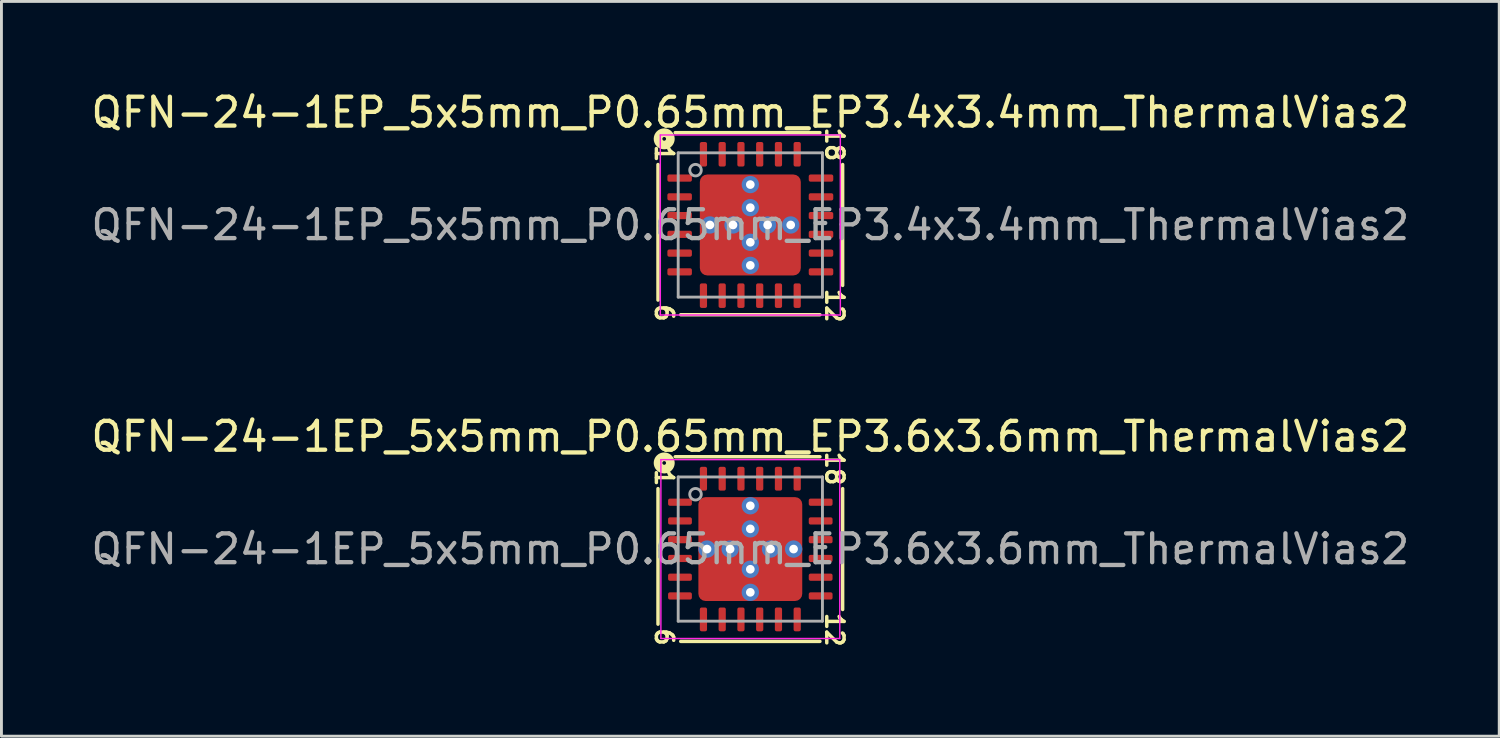
<source format=kicad_pcb>
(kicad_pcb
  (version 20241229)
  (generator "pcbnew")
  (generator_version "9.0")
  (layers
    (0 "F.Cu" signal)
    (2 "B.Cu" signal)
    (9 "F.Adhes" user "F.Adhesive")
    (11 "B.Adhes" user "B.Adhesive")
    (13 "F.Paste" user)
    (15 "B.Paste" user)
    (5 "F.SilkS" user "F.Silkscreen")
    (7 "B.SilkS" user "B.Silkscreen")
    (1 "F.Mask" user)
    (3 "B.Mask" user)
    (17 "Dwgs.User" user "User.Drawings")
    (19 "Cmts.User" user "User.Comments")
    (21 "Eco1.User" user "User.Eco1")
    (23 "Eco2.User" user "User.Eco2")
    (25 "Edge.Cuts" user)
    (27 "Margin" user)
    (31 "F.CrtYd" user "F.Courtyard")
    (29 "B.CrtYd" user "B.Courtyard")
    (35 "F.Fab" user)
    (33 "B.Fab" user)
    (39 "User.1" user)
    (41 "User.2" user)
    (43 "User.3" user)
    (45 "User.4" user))
  (footprint "QFN-24-1EP_5x5mm_P0.65mm_EP3.6x3.6mm_ThermalVias2"
    (layer "F.Cu")
    (at 22.958 15.982)
    (property "Reference" "QFN-24-1EP_5x5mm_P0.65mm_EP3.6x3.6mm_ThermalVias2" (at 0 -3.9 0) (layer "F.SilkS") (effects (font (size 1 1) (thickness 0.15))))
    (attr smd)
    (fp_line (start -3.2 -2.095) (end -3.2 2.603) (stroke (width 0.12) (type solid)) (layer "F.SilkS"))
    (fp_line (start -2.413 3.2) (end 2.413 3.2) (stroke (width 0.12) (type solid)) (layer "F.SilkS"))
    (fp_line (start 2.413 -3.2) (end -2.603 -3.2) (stroke (width 0.12) (type solid)) (layer "F.SilkS"))
    (fp_line (start 3.2 2.095) (end 3.2 -2.095) (stroke (width 0.12) (type solid)) (layer "F.SilkS"))
    (fp_circle (center -2.985 -2.985) (end -2.921 -2.985) (stroke (width 0.3) (type solid)) (fill no) (layer "F.SilkS"))
    (fp_line (start -3.1 -3.1) (end -3.1 3.1) (stroke (width 0.05) (type solid)) (layer "F.CrtYd"))
    (fp_line (start -3.1 3.1) (end 3.1 3.1) (stroke (width 0.05) (type solid)) (layer "F.CrtYd"))
    (fp_line (start 3.1 -3.1) (end -3.1 -3.1) (stroke (width 0.05) (type solid)) (layer "F.CrtYd"))
    (fp_line (start 3.1 3.1) (end 3.1 -3.1) (stroke (width 0.05) (type solid)) (layer "F.CrtYd"))
    (fp_line (start -2.5 -2.5) (end 2.5 -2.5) (stroke (width 0.1) (type solid)) (layer "F.Fab"))
    (fp_line (start -2.5 2.5) (end -2.5 -2.5) (stroke (width 0.1) (type solid)) (layer "F.Fab"))
    (fp_line (start 2.5 -2.5) (end 2.5 2.5) (stroke (width 0.1) (type solid)) (layer "F.Fab"))
    (fp_line (start 2.5 2.5) (end -2.5 2.5) (stroke (width 0.1) (type solid)) (layer "F.Fab"))
    (fp_circle (center -1.9 -1.9) (end -1.7 -1.9) (stroke (width 0.1) (type solid)) (fill no) (layer "F.Fab"))
    (fp_text user "12" (at 2.921 2.794 270) (unlocked yes) (layer "F.SilkS") (effects (font (size 0.6 0.6) (thickness 0.12))))
    (fp_text user "6" (at -2.985 3.048 270) (unlocked yes) (layer "F.SilkS") (effects (font (size 0.6 0.6) (thickness 0.12))))
    (fp_text user "1" (at -2.985 -2.477 270) (unlocked yes) (layer "F.SilkS") (effects (font (size 0.6 0.6) (thickness 0.12))))
    (fp_text user "18" (at 2.921 -2.794 270) (unlocked yes) (layer "F.SilkS") (effects (font (size 0.6 0.6) (thickness 0.12))))
    (fp_text user "${REFERENCE}" (at 0 0 0) (layer "F.Fab") (effects (font (size 1 1) (thickness 0.15))))
    (pad "" smd roundrect (at -1.35 -1.35) (size 0.5 0.5) (layers "F.Paste") (roundrect_rratio 0.25))
    (pad "" smd roundrect (at -1.35 -0.65) (size 0.5 0.5) (layers "F.Paste") (roundrect_rratio 0.25))
    (pad "" smd roundrect (at -1.35 0.65) (size 0.5 0.5) (layers "F.Paste") (roundrect_rratio 0.25))
    (pad "" smd roundrect (at -1.35 1.35) (size 0.5 0.5) (layers "F.Paste") (roundrect_rratio 0.25))
    (pad "" smd roundrect (at -1 -1) (size 1.4 1.4) (layers "F.Mask") (roundrect_rratio 0.179))
    (pad "" smd roundrect (at -1 1) (size 1.4 1.4) (layers "F.Mask") (roundrect_rratio 0.179))
    (pad "" smd roundrect (at -0.65 -1.35) (size 0.5 0.5) (layers "F.Paste") (roundrect_rratio 0.25))
    (pad "" smd roundrect (at -0.65 -0.65) (size 0.5 0.5) (layers "F.Paste") (roundrect_rratio 0.25))
    (pad "" smd roundrect (at -0.65 0.65) (size 0.5 0.5) (layers "F.Paste") (roundrect_rratio 0.25))
    (pad "" smd roundrect (at -0.65 1.35) (size 0.5 0.5) (layers "F.Paste") (roundrect_rratio 0.25))
    (pad "" smd roundrect (at 0.65 -1.35) (size 0.5 0.5) (layers "F.Paste") (roundrect_rratio 0.25))
    (pad "" smd roundrect (at 0.65 -0.65) (size 0.5 0.5) (layers "F.Paste") (roundrect_rratio 0.25))
    (pad "" smd roundrect (at 0.65 0.65) (size 0.5 0.5) (layers "F.Paste") (roundrect_rratio 0.25))
    (pad "" smd roundrect (at 0.65 1.35) (size 0.5 0.5) (layers "F.Paste") (roundrect_rratio 0.25))
    (pad "" smd roundrect (at 1 -1) (size 1.4 1.4) (layers "F.Mask") (roundrect_rratio 0.179))
    (pad "" smd roundrect (at 1 1) (size 1.4 1.4) (layers "F.Mask") (roundrect_rratio 0.179))
    (pad "" smd roundrect (at 1.35 -1.35) (size 0.5 0.5) (layers "F.Paste") (roundrect_rratio 0.25))
    (pad "" smd roundrect (at 1.35 -0.65) (size 0.5 0.5) (layers "F.Paste") (roundrect_rratio 0.25))
    (pad "" smd roundrect (at 1.35 0.65) (size 0.5 0.5) (layers "F.Paste") (roundrect_rratio 0.25))
    (pad "" smd roundrect (at 1.35 1.35) (size 0.5 0.5) (layers "F.Paste") (roundrect_rratio 0.25))
    (pad "1" smd roundrect (at -2.438 -1.625) (size 0.825 0.25) (layers "F.Cu" "F.Mask" "F.Paste") (roundrect_rratio 0.25))
    (pad "2" smd roundrect (at -2.438 -0.975) (size 0.825 0.25) (layers "F.Cu" "F.Mask" "F.Paste") (roundrect_rratio 0.25))
    (pad "3" smd roundrect (at -2.438 -0.325) (size 0.825 0.25) (layers "F.Cu" "F.Mask" "F.Paste") (roundrect_rratio 0.25))
    (pad "4" smd roundrect (at -2.438 0.325) (size 0.825 0.25) (layers "F.Cu" "F.Mask" "F.Paste") (roundrect_rratio 0.25))
    (pad "5" smd roundrect (at -2.438 0.975) (size 0.825 0.25) (layers "F.Cu" "F.Mask" "F.Paste") (roundrect_rratio 0.25))
    (pad "6" smd roundrect (at -2.438 1.625) (size 0.825 0.25) (layers "F.Cu" "F.Mask" "F.Paste") (roundrect_rratio 0.25))
    (pad "7" smd roundrect (at -1.625 2.438) (size 0.25 0.825) (layers "F.Cu" "F.Mask" "F.Paste") (roundrect_rratio 0.25))
    (pad "8" smd roundrect (at -0.975 2.438) (size 0.25 0.825) (layers "F.Cu" "F.Mask" "F.Paste") (roundrect_rratio 0.25))
    (pad "9" smd roundrect (at -0.325 2.438) (size 0.25 0.825) (layers "F.Cu" "F.Mask" "F.Paste") (roundrect_rratio 0.25))
    (pad "10" smd roundrect (at 0.325 2.438) (size 0.25 0.825) (layers "F.Cu" "F.Mask" "F.Paste") (roundrect_rratio 0.25))
    (pad "11" smd roundrect (at 0.975 2.438) (size 0.25 0.825) (layers "F.Cu" "F.Mask" "F.Paste") (roundrect_rratio 0.25))
    (pad "12" smd roundrect (at 1.625 2.438) (size 0.25 0.825) (layers "F.Cu" "F.Mask" "F.Paste") (roundrect_rratio 0.25))
    (pad "13" smd roundrect (at 2.438 1.625) (size 0.825 0.25) (layers "F.Cu" "F.Mask" "F.Paste") (roundrect_rratio 0.25))
    (pad "14" smd roundrect (at 2.438 0.975) (size 0.825 0.25) (layers "F.Cu" "F.Mask" "F.Paste") (roundrect_rratio 0.25))
    (pad "15" smd roundrect (at 2.438 0.325) (size 0.825 0.25) (layers "F.Cu" "F.Mask" "F.Paste") (roundrect_rratio 0.25))
    (pad "16" smd roundrect (at 2.438 -0.325) (size 0.825 0.25) (layers "F.Cu" "F.Mask" "F.Paste") (roundrect_rratio 0.25))
    (pad "17" smd roundrect (at 2.438 -0.975) (size 0.825 0.25) (layers "F.Cu" "F.Mask" "F.Paste") (roundrect_rratio 0.25))
    (pad "18" smd roundrect (at 2.438 -1.625) (size 0.825 0.25) (layers "F.Cu" "F.Mask" "F.Paste") (roundrect_rratio 0.25))
    (pad "19" smd roundrect (at 1.625 -2.438) (size 0.25 0.825) (layers "F.Cu" "F.Mask" "F.Paste") (roundrect_rratio 0.25))
    (pad "20" smd roundrect (at 0.975 -2.438) (size 0.25 0.825) (layers "F.Cu" "F.Mask" "F.Paste") (roundrect_rratio 0.25))
    (pad "21" smd roundrect (at 0.325 -2.438) (size 0.25 0.825) (layers "F.Cu" "F.Mask" "F.Paste") (roundrect_rratio 0.25))
    (pad "22" smd roundrect (at -0.325 -2.438) (size 0.25 0.825) (layers "F.Cu" "F.Mask" "F.Paste") (roundrect_rratio 0.25))
    (pad "23" smd roundrect (at -0.975 -2.438) (size 0.25 0.825) (layers "F.Cu" "F.Mask" "F.Paste") (roundrect_rratio 0.25))
    (pad "24" smd roundrect (at -1.625 -2.438) (size 0.25 0.825) (layers "F.Cu" "F.Mask" "F.Paste") (roundrect_rratio 0.25))
    (pad "25" thru_hole circle (at -1.5 0) (size 0.6 0.6) (drill 0.3) (property pad_prop_heatsink) (layers "*.Cu" "*.Mask"))
    (pad "25" thru_hole circle (at -0.7 0) (size 0.6 0.6) (drill 0.3) (property pad_prop_heatsink) (layers "*.Cu" "*.Mask"))
    (pad "25" thru_hole circle (at 0 -1.5) (size 0.6 0.6) (drill 0.3) (property pad_prop_heatsink) (layers "*.Cu" "*.Mask"))
    (pad "25" thru_hole circle (at 0 -0.7) (size 0.6 0.6) (drill 0.3) (property pad_prop_heatsink) (layers "*.Cu" "*.Mask"))
    (pad "25" smd roundrect (at 0 0) (size 3.6 3.6) (layers "F.Cu") (roundrect_rratio 0.069))
    (pad "25" thru_hole circle (at 0 0.7) (size 0.6 0.6) (drill 0.3) (property pad_prop_heatsink) (layers "*.Cu" "*.Mask"))
    (pad "25" thru_hole circle (at 0 1.5) (size 0.6 0.6) (drill 0.3) (property pad_prop_heatsink) (layers "*.Cu" "*.Mask"))
    (pad "25" thru_hole circle (at 0.7 0) (size 0.6 0.6) (drill 0.3) (property pad_prop_heatsink) (layers "*.Cu" "*.Mask"))
    (pad "25" thru_hole circle (at 1.5 0) (size 0.6 0.6) (drill 0.3) (property pad_prop_heatsink) (layers "*.Cu" "*.Mask")))
  (footprint "QFN-24-1EP_5x5mm_P0.65mm_EP3.4x3.4mm_ThermalVias2"
    (layer "F.Cu")
    (at 22.958 4.748)
    (property "Reference" "QFN-24-1EP_5x5mm_P0.65mm_EP3.4x3.4mm_ThermalVias2" (at 0 -3.9 0) (layer "F.SilkS") (effects (font (size 1 1) (thickness 0.15))))
    (attr smd)
    (fp_line (start -3.2 -2.095) (end -3.2 2.603) (stroke (width 0.12) (type solid)) (layer "F.SilkS"))
    (fp_line (start -2.413 3.111) (end 2.413 3.111) (stroke (width 0.12) (type solid)) (layer "F.SilkS"))
    (fp_line (start 2.413 -3.2) (end -2.603 -3.2) (stroke (width 0.12) (type solid)) (layer "F.SilkS"))
    (fp_line (start 3.2 2.095) (end 3.2 -2.095) (stroke (width 0.12) (type solid)) (layer "F.SilkS"))
    (fp_circle (center -2.985 -2.985) (end -2.921 -2.985) (stroke (width 0.3) (type solid)) (fill no) (layer "F.SilkS"))
    (fp_line (start -3.12 -3.12) (end -3.12 3.12) (stroke (width 0.05) (type solid)) (layer "F.CrtYd"))
    (fp_line (start -3.12 3.12) (end 3.12 3.12) (stroke (width 0.05) (type solid)) (layer "F.CrtYd"))
    (fp_line (start 3.12 -3.12) (end -3.12 -3.12) (stroke (width 0.05) (type solid)) (layer "F.CrtYd"))
    (fp_line (start 3.12 3.12) (end 3.12 -3.12) (stroke (width 0.05) (type solid)) (layer "F.CrtYd"))
    (fp_line (start -2.5 -2.5) (end 2.5 -2.5) (stroke (width 0.1) (type solid)) (layer "F.Fab"))
    (fp_line (start -2.5 2.5) (end -2.5 -2.5) (stroke (width 0.1) (type solid)) (layer "F.Fab"))
    (fp_line (start 2.5 -2.5) (end 2.5 2.5) (stroke (width 0.1) (type solid)) (layer "F.Fab"))
    (fp_line (start 2.5 2.5) (end -2.5 2.5) (stroke (width 0.1) (type solid)) (layer "F.Fab"))
    (fp_circle (center -1.9 -1.9) (end -1.7 -1.9) (stroke (width 0.1) (type solid)) (fill no) (layer "F.Fab"))
    (fp_text user "18" (at 2.921 -2.794 270) (unlocked yes) (layer "F.SilkS") (effects (font (size 0.6 0.6) (thickness 0.12))))
    (fp_text user "1" (at -2.985 -2.477 270) (unlocked yes) (layer "F.SilkS") (effects (font (size 0.6 0.6) (thickness 0.12))))
    (fp_text user "6" (at -2.985 3.048 270) (unlocked yes) (layer "F.SilkS") (effects (font (size 0.6 0.6) (thickness 0.12))))
    (fp_text user "12" (at 2.921 2.794 270) (unlocked yes) (layer "F.SilkS") (effects (font (size 0.6 0.6) (thickness 0.12))))
    (fp_text user "${REFERENCE}" (at 0 0 0) (layer "F.Fab") (effects (font (size 1 1) (thickness 0.15))))
    (pad "" smd roundrect (at -1.312 -1.312) (size 0.475 0.475) (layers "F.Paste") (roundrect_rratio 0.25))
    (pad "" smd roundrect (at -1.312 -0.637) (size 0.475 0.475) (layers "F.Paste") (roundrect_rratio 0.25))
    (pad "" smd roundrect (at -1.312 0.637) (size 0.475 0.475) (layers "F.Paste") (roundrect_rratio 0.25))
    (pad "" smd roundrect (at -1.312 1.312) (size 0.475 0.475) (layers "F.Paste") (roundrect_rratio 0.25))
    (pad "" smd roundrect (at -0.975 -0.975) (size 1.35 1.35) (layers "F.Mask") (roundrect_rratio 0.185))
    (pad "" smd roundrect (at -0.975 0.975) (size 1.35 1.35) (layers "F.Mask") (roundrect_rratio 0.185))
    (pad "" smd roundrect (at -0.637 -1.312) (size 0.475 0.475) (layers "F.Paste") (roundrect_rratio 0.25))
    (pad "" smd roundrect (at -0.637 -0.637) (size 0.475 0.475) (layers "F.Paste") (roundrect_rratio 0.25))
    (pad "" smd roundrect (at -0.637 0.637) (size 0.475 0.475) (layers "F.Paste") (roundrect_rratio 0.25))
    (pad "" smd roundrect (at -0.637 1.312) (size 0.475 0.475) (layers "F.Paste") (roundrect_rratio 0.25))
    (pad "" smd roundrect (at 0.637 -1.312) (size 0.475 0.475) (layers "F.Paste") (roundrect_rratio 0.25))
    (pad "" smd roundrect (at 0.637 -0.637) (size 0.475 0.475) (layers "F.Paste") (roundrect_rratio 0.25))
    (pad "" smd roundrect (at 0.637 0.637) (size 0.475 0.475) (layers "F.Paste") (roundrect_rratio 0.25))
    (pad "" smd roundrect (at 0.637 1.312) (size 0.475 0.475) (layers "F.Paste") (roundrect_rratio 0.25))
    (pad "" smd roundrect (at 0.975 -0.975) (size 1.35 1.35) (layers "F.Mask") (roundrect_rratio 0.185))
    (pad "" smd roundrect (at 0.975 0.975) (size 1.35 1.35) (layers "F.Mask") (roundrect_rratio 0.185))
    (pad "" smd roundrect (at 1.312 -1.312) (size 0.475 0.475) (layers "F.Paste") (roundrect_rratio 0.25))
    (pad "" smd roundrect (at 1.312 -0.637) (size 0.475 0.475) (layers "F.Paste") (roundrect_rratio 0.25))
    (pad "" smd roundrect (at 1.312 0.637) (size 0.475 0.475) (layers "F.Paste") (roundrect_rratio 0.25))
    (pad "" smd roundrect (at 1.312 1.312) (size 0.475 0.475) (layers "F.Paste") (roundrect_rratio 0.25))
    (pad "1" smd roundrect (at -2.45 -1.625) (size 0.85 0.25) (layers "F.Cu" "F.Mask" "F.Paste") (roundrect_rratio 0.25))
    (pad "2" smd roundrect (at -2.45 -0.975) (size 0.85 0.25) (layers "F.Cu" "F.Mask" "F.Paste") (roundrect_rratio 0.25))
    (pad "3" smd roundrect (at -2.45 -0.325) (size 0.85 0.25) (layers "F.Cu" "F.Mask" "F.Paste") (roundrect_rratio 0.25))
    (pad "4" smd roundrect (at -2.45 0.325) (size 0.85 0.25) (layers "F.Cu" "F.Mask" "F.Paste") (roundrect_rratio 0.25))
    (pad "5" smd roundrect (at -2.45 0.975) (size 0.85 0.25) (layers "F.Cu" "F.Mask" "F.Paste") (roundrect_rratio 0.25))
    (pad "6" smd roundrect (at -2.45 1.625) (size 0.85 0.25) (layers "F.Cu" "F.Mask" "F.Paste") (roundrect_rratio 0.25))
    (pad "7" smd roundrect (at -1.625 2.45) (size 0.25 0.85) (layers "F.Cu" "F.Mask" "F.Paste") (roundrect_rratio 0.25))
    (pad "8" smd roundrect (at -0.975 2.45) (size 0.25 0.85) (layers "F.Cu" "F.Mask" "F.Paste") (roundrect_rratio 0.25))
    (pad "9" smd roundrect (at -0.325 2.45) (size 0.25 0.85) (layers "F.Cu" "F.Mask" "F.Paste") (roundrect_rratio 0.25))
    (pad "10" smd roundrect (at 0.325 2.45) (size 0.25 0.85) (layers "F.Cu" "F.Mask" "F.Paste") (roundrect_rratio 0.25))
    (pad "11" smd roundrect (at 0.975 2.45) (size 0.25 0.85) (layers "F.Cu" "F.Mask" "F.Paste") (roundrect_rratio 0.25))
    (pad "12" smd roundrect (at 1.625 2.45) (size 0.25 0.85) (layers "F.Cu" "F.Mask" "F.Paste") (roundrect_rratio 0.25))
    (pad "13" smd roundrect (at 2.45 1.625) (size 0.85 0.25) (layers "F.Cu" "F.Mask" "F.Paste") (roundrect_rratio 0.25))
    (pad "14" smd roundrect (at 2.45 0.975) (size 0.85 0.25) (layers "F.Cu" "F.Mask" "F.Paste") (roundrect_rratio 0.25))
    (pad "15" smd roundrect (at 2.45 0.325) (size 0.85 0.25) (layers "F.Cu" "F.Mask" "F.Paste") (roundrect_rratio 0.25))
    (pad "16" smd roundrect (at 2.45 -0.325) (size 0.85 0.25) (layers "F.Cu" "F.Mask" "F.Paste") (roundrect_rratio 0.25))
    (pad "17" smd roundrect (at 2.45 -0.975) (size 0.85 0.25) (layers "F.Cu" "F.Mask" "F.Paste") (roundrect_rratio 0.25))
    (pad "18" smd roundrect (at 2.45 -1.625) (size 0.85 0.25) (layers "F.Cu" "F.Mask" "F.Paste") (roundrect_rratio 0.25))
    (pad "19" smd roundrect (at 1.625 -2.45) (size 0.25 0.85) (layers "F.Cu" "F.Mask" "F.Paste") (roundrect_rratio 0.25))
    (pad "20" smd roundrect (at 0.975 -2.45) (size 0.25 0.85) (layers "F.Cu" "F.Mask" "F.Paste") (roundrect_rratio 0.25))
    (pad "21" smd roundrect (at 0.325 -2.45) (size 0.25 0.85) (layers "F.Cu" "F.Mask" "F.Paste") (roundrect_rratio 0.25))
    (pad "22" smd roundrect (at -0.325 -2.45) (size 0.25 0.85) (layers "F.Cu" "F.Mask" "F.Paste") (roundrect_rratio 0.25))
    (pad "23" smd roundrect (at -0.975 -2.45) (size 0.25 0.85) (layers "F.Cu" "F.Mask" "F.Paste") (roundrect_rratio 0.25))
    (pad "24" smd roundrect (at -1.625 -2.45) (size 0.25 0.85) (layers "F.Cu" "F.Mask" "F.Paste") (roundrect_rratio 0.25))
    (pad "25" thru_hole circle (at -1.4 0) (size 0.6 0.6) (drill 0.3) (property pad_prop_heatsink) (layers "*.Cu" "*.Mask"))
    (pad "25" thru_hole circle (at -0.6 0) (size 0.6 0.6) (drill 0.3) (property pad_prop_heatsink) (layers "*.Cu" "*.Mask"))
    (pad "25" thru_hole circle (at 0 -1.4) (size 0.6 0.6) (drill 0.3) (property pad_prop_heatsink) (layers "*.Cu" "*.Mask"))
    (pad "25" thru_hole circle (at 0 -0.6) (size 0.6 0.6) (drill 0.3) (property pad_prop_heatsink) (layers "*.Cu" "*.Mask"))
    (pad "25" smd roundrect (at 0 0) (size 3.5 3.5) (layers "F.Cu") (roundrect_rratio 0.074))
    (pad "25" thru_hole circle (at 0 0.6) (size 0.6 0.6) (drill 0.3) (property pad_prop_heatsink) (layers "*.Cu" "*.Mask"))
    (pad "25" thru_hole circle (at 0 1.4) (size 0.6 0.6) (drill 0.3) (property pad_prop_heatsink) (layers "*.Cu" "*.Mask"))
    (pad "25" thru_hole circle (at 0.6 0) (size 0.6 0.6) (drill 0.3) (property pad_prop_heatsink) (layers "*.Cu" "*.Mask"))
    (pad "25" thru_hole circle (at 1.4 0) (size 0.6 0.6) (drill 0.3) (property pad_prop_heatsink) (layers "*.Cu" "*.Mask")))
  (gr_rect
    (start -3 -3)
    (end 48.917 22.467)
    (stroke (width 0.1) (type default))
    (fill no)
    (layer "Edge.Cuts")))
</source>
